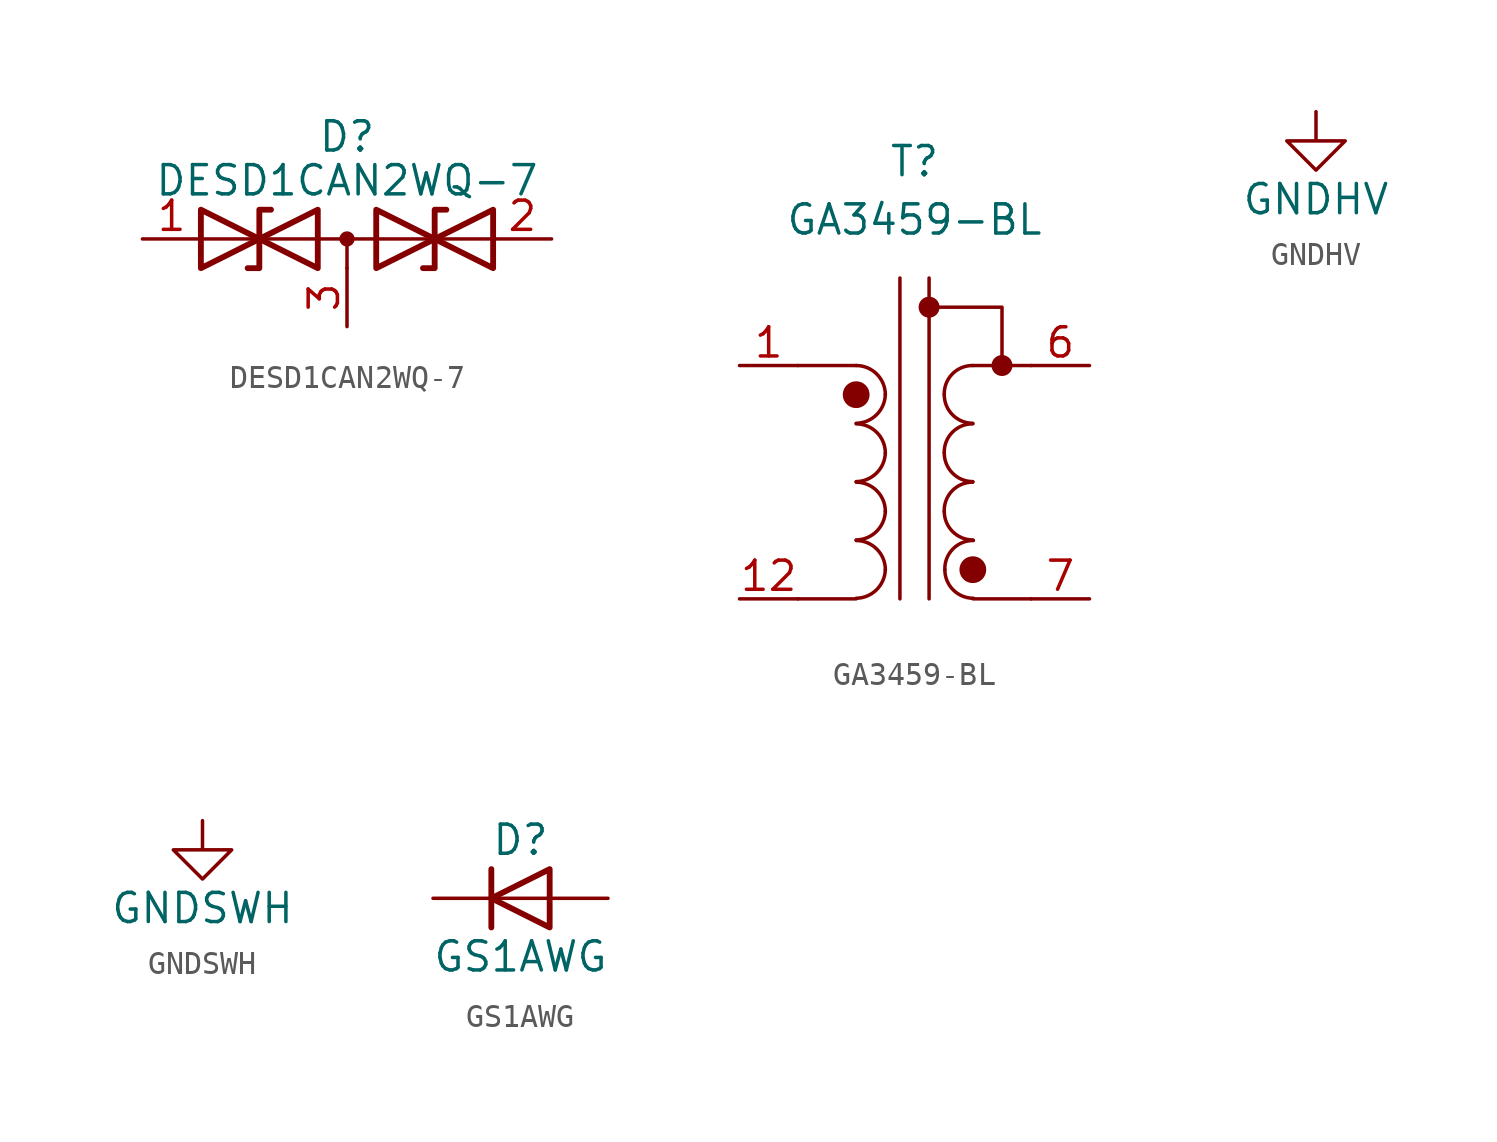
<source format=kicad_sym>
(kicad_symbol_lib
  (version 20220914)
  (generator kicad_symbol_editor)
  (symbol "DESD1CAN2WQ-7"
    (pin_names
      (offset 1.016) hide)
    (property "Reference" "D"
      (at 0 4.445 0)
      (effects (font (size 1.27 1.27))))
    (property "Value" "DESD1CAN2WQ-7"
      (at 0 2.54 0)
      (effects (font (size 1.27 1.27))))
    (symbol "DESD1CAN2WQ-7_0_0"
      (polyline (pts (xy 0 -1.27) (xy 0 0)) (stroke (width 0) (type default)) (fill (type none))))
    (symbol "DESD1CAN2WQ-7_0_1"
      (polyline (pts (xy -6.35 0) (xy 6.35 0)) (stroke (width 0) (type default)) (fill (type none)))
      (polyline (pts (xy -3.302 1.27) (xy -3.81 1.27) (xy -3.81 -1.27) (xy -4.318 -1.27)) (stroke (width 0.254) (type default)) (fill (type none)))
      (polyline (pts (xy 4.318 1.27) (xy 3.81 1.27) (xy 3.81 -1.27) (xy 3.302 -1.27)) (stroke (width 0.254) (type default)) (fill (type none)))
      (polyline (pts (xy -6.35 1.27) (xy -1.27 -1.27) (xy -1.27 1.27) (xy -6.35 -1.27) (xy -6.35 1.27)) (stroke (width 0.254) (type default)) (fill (type none)))
      (polyline (pts (xy 6.35 1.27) (xy 1.27 -1.27) (xy 1.27 1.27) (xy 6.35 -1.27) (xy 6.35 1.27)) (stroke (width 0.254) (type default)) (fill (type none)))
      (circle (center 0 0) (radius 0.254) (stroke (width 0) (type default)) (fill (type outline))))
    (symbol "DESD1CAN2WQ-7_1_1"
      (pin passive line (at -8.89 0 0) (length 2.54) (name "A1" (effects (font (size 1.27 1.27)))) (number "1" (effects (font (size 1.27 1.27)))))
      (pin passive line (at 8.89 0 180) (length 2.54) (name "A2" (effects (font (size 1.27 1.27)))) (number "2" (effects (font (size 1.27 1.27)))))
      (pin input line (at 0 -3.81 90) (length 2.54) (name "common" (effects (font (size 1.27 1.27)))) (number "3" (effects (font (size 1.27 1.27)))))))
  (symbol "GA3459-BL"
    (pin_names
      (offset 1.016) hide)
    (property "Reference" "T"
      (at 0 13.97 0)
      (effects (font (size 1.27 1.27))))
    (property "Value" "GA3459-BL"
      (at 0 11.43 0)
      (effects (font (size 1.27 1.27))))
    (symbol "GA3459-BL_0_0"
      (pin passive line (at -7.62 5.08 0) (length 2.54) (name "AA" (effects (font (size 1.27 1.27)))) (number "1" (effects (font (size 1.27 1.27)))))
      (pin passive line (at -7.62 -5.08 0) (length 2.54) hide (name "AB" (effects (font (size 1.27 1.27)))) (number "10" (effects (font (size 1.27 1.27)))))
      (pin passive line (at -7.62 5.08 0) (length 2.54) hide (name "AA" (effects (font (size 1.27 1.27)))) (number "2" (effects (font (size 1.27 1.27)))))
      (pin passive line (at -7.62 5.08 0) (length 2.54) hide (name "AA" (effects (font (size 1.27 1.27)))) (number "3" (effects (font (size 1.27 1.27)))))
      (pin passive line (at -7.62 5.08 0) (length 2.54) hide (name "AA" (effects (font (size 1.27 1.27)))) (number "4" (effects (font (size 1.27 1.27)))))
      (pin passive line (at 7.62 5.08 180) (length 2.54) (name "SB" (effects (font (size 1.27 1.27)))) (number "6" (effects (font (size 1.27 1.27)))))
      (pin passive line (at -7.62 -5.08 0) (length 2.54) hide (name "AB" (effects (font (size 1.27 1.27)))) (number "9" (effects (font (size 1.27 1.27))))))
    (symbol "GA3459-BL_0_1"
      (arc (start -2.54 -5.0546) (mid -1.6561 -4.6863) (end -1.27 -3.81) (stroke (width 0) (type default)) (fill (type none)))
      (arc (start -2.54 -2.5146) (mid -1.6561 -2.1463) (end -1.27 -1.27) (stroke (width 0) (type default)) (fill (type none)))
      (arc (start -2.54 0.0254) (mid -1.6561 0.3937) (end -1.27 1.27) (stroke (width 0) (type default)) (fill (type none)))
      (arc (start -2.54 2.5654) (mid -1.6561 2.9337) (end -1.27 3.81) (stroke (width 0) (type default)) (fill (type none)))
      (circle (center -2.54 3.81) (radius 0.508) (stroke (width 0.152) (type default)) (fill (type outline)))
      (arc (start -1.27 -3.81) (mid -1.642 -2.912) (end -2.54 -2.54) (stroke (width 0) (type default)) (fill (type none)))
      (arc (start -1.27 -1.27) (mid -1.642 -0.372) (end -2.54 0) (stroke (width 0) (type default)) (fill (type none)))
      (arc (start -1.27 1.27) (mid -1.642 2.168) (end -2.54 2.54) (stroke (width 0) (type default)) (fill (type none)))
      (arc (start -1.27 3.81) (mid -1.642 4.708) (end -2.54 5.08) (stroke (width 0) (type default)) (fill (type none)))
      (polyline (pts (xy -5.08 -5.08) (xy -2.54 -5.08)) (stroke (width 0) (type default)) (fill (type none)))
      (polyline (pts (xy -5.08 5.08) (xy -2.54 5.08)) (stroke (width 0) (type default)) (fill (type none)))
      (polyline (pts (xy -0.635 8.89) (xy -0.635 -5.08)) (stroke (width 0) (type default)) (fill (type none)))
      (polyline (pts (xy 0.635 -5.08) (xy 0.635 8.89)) (stroke (width 0) (type default)) (fill (type none)))
      (polyline (pts (xy 2.54 -5.08) (xy 5.08 -5.08)) (stroke (width 0) (type default)) (fill (type none)))
      (polyline (pts (xy 2.54 5.08) (xy 5.08 5.08)) (stroke (width 0) (type default)) (fill (type none)))
      (polyline (pts (xy 0.635 7.62) (xy 3.81 7.62) (xy 3.81 5.08)) (stroke (width 0.152) (type default)) (fill (type none)))
      (circle (center 0.635 7.62) (radius 0.381) (stroke (width 0.152) (type default)) (fill (type outline)))
      (arc (start 1.2954 -1.27) (mid 1.6599 -2.1501) (end 2.54 -2.5146) (stroke (width 0) (type default)) (fill (type none)))
      (arc (start 1.2954 1.27) (mid 1.6599 0.3899) (end 2.54 0.0254) (stroke (width 0) (type default)) (fill (type none)))
      (arc (start 1.2954 3.81) (mid 1.6599 2.9299) (end 2.54 2.5654) (stroke (width 0) (type default)) (fill (type none)))
      (arc (start 1.3208 -3.81) (mid 1.6853 -4.6901) (end 2.5654 -5.0546) (stroke (width 0) (type default)) (fill (type none)))
      (circle (center 2.54 -3.81) (radius 0.508) (stroke (width 0.152) (type default)) (fill (type outline)))
      (arc (start 2.54 0) (mid 1.6456 -0.3683) (end 1.2954 -1.27) (stroke (width 0) (type default)) (fill (type none)))
      (arc (start 2.54 2.54) (mid 1.6456 2.1717) (end 1.2954 1.27) (stroke (width 0) (type default)) (fill (type none)))
      (arc (start 2.54 5.08) (mid 1.6456 4.7117) (end 1.2954 3.81) (stroke (width 0) (type default)) (fill (type none)))
      (arc (start 2.5654 -2.54) (mid 1.671 -2.9083) (end 1.3208 -3.81) (stroke (width 0) (type default)) (fill (type none)))
      (circle (center 3.81 5.08) (radius 0.381) (stroke (width 0.152) (type default)) (fill (type outline))))
    (symbol "GA3459-BL_1_1"
      (pin passive line (at -7.62 -5.08 0) (length 2.54) hide (name "AB" (effects (font (size 1.27 1.27)))) (number "11" (effects (font (size 1.27 1.27)))))
      (pin passive line (at -7.62 -5.08 0) (length 2.54) (name "AB" (effects (font (size 1.27 1.27)))) (number "12" (effects (font (size 1.27 1.27)))))
      (pin passive line (at 7.62 -5.08 180) (length 2.54) (name "SA" (effects (font (size 1.27 1.27)))) (number "7" (effects (font (size 1.27 1.27)))))))
  (symbol "GNDHV"
    (power)
    (pin_names
      (offset 0))
    (property "Reference" "#PWR"
      (at 0 -6.35 0)
      (effects (font (size 1.27 1.27)) hide))
    (property "Value" "GNDHV"
      (at 0 -3.81 0)
      (effects (font (size 1.27 1.27))))
    (symbol "GNDHV_0_1"
      (polyline (pts (xy 0 0) (xy 0 -1.27) (xy 1.27 -1.27) (xy 0 -2.54) (xy -1.27 -1.27) (xy 0 -1.27)) (stroke (width 0) (type default)) (fill (type none))))
    (symbol "GNDHV_1_1"
      (pin power_in line (at 0 0 270) (length 0) hide (name "GNDHV" (effects (font (size 1.27 1.27)))) (number "1" (effects (font (size 1.27 1.27)))))))
  (symbol "GNDSWH"
    (power)
    (pin_names
      (offset 0))
    (property "Reference" "#PWR"
      (at 0 -6.35 0)
      (effects (font (size 1.27 1.27)) hide))
    (property "Value" "GNDSWH"
      (at 0 -3.81 0)
      (effects (font (size 1.27 1.27))))
    (symbol "GNDSWH_0_1"
      (polyline (pts (xy 0 0) (xy 0 -1.27) (xy 1.27 -1.27) (xy 0 -2.54) (xy -1.27 -1.27) (xy 0 -1.27)) (stroke (width 0) (type default)) (fill (type none))))
    (symbol "GNDSWH_1_1"
      (pin power_in line (at 0 0 270) (length 0) hide (name "GNDSWH" (effects (font (size 1.27 1.27)))) (number "1" (effects (font (size 1.27 1.27)))))))
  (symbol "GS1AWG"
    (pin_numbers hide)
    (pin_names
      (offset 1.016) hide)
    (property "Reference" "D"
      (at 0 2.54 0)
      (effects (font (size 1.27 1.27))))
    (property "Value" "GS1AWG"
      (at 0 -2.54 0)
      (effects (font (size 1.27 1.27))))
    (symbol "GS1AWG_0_1"
      (polyline (pts (xy -1.27 1.27) (xy -1.27 -1.27)) (stroke (width 0.254) (type default)) (fill (type none)))
      (polyline (pts (xy 1.27 0) (xy -1.27 0)) (stroke (width 0) (type default)) (fill (type none)))
      (polyline (pts (xy 1.27 1.27) (xy 1.27 -1.27) (xy -1.27 0) (xy 1.27 1.27)) (stroke (width 0.254) (type default)) (fill (type none))))
    (symbol "GS1AWG_1_1"
      (pin passive line (at -3.81 0 0) (length 2.54) (name "K" (effects (font (size 1.27 1.27)))) (number "1" (effects (font (size 1.27 1.27)))))
      (pin passive line (at 3.81 0 180) (length 2.54) (name "A" (effects (font (size 1.27 1.27)))) (number "2" (effects (font (size 1.27 1.27))))))))
</source>
